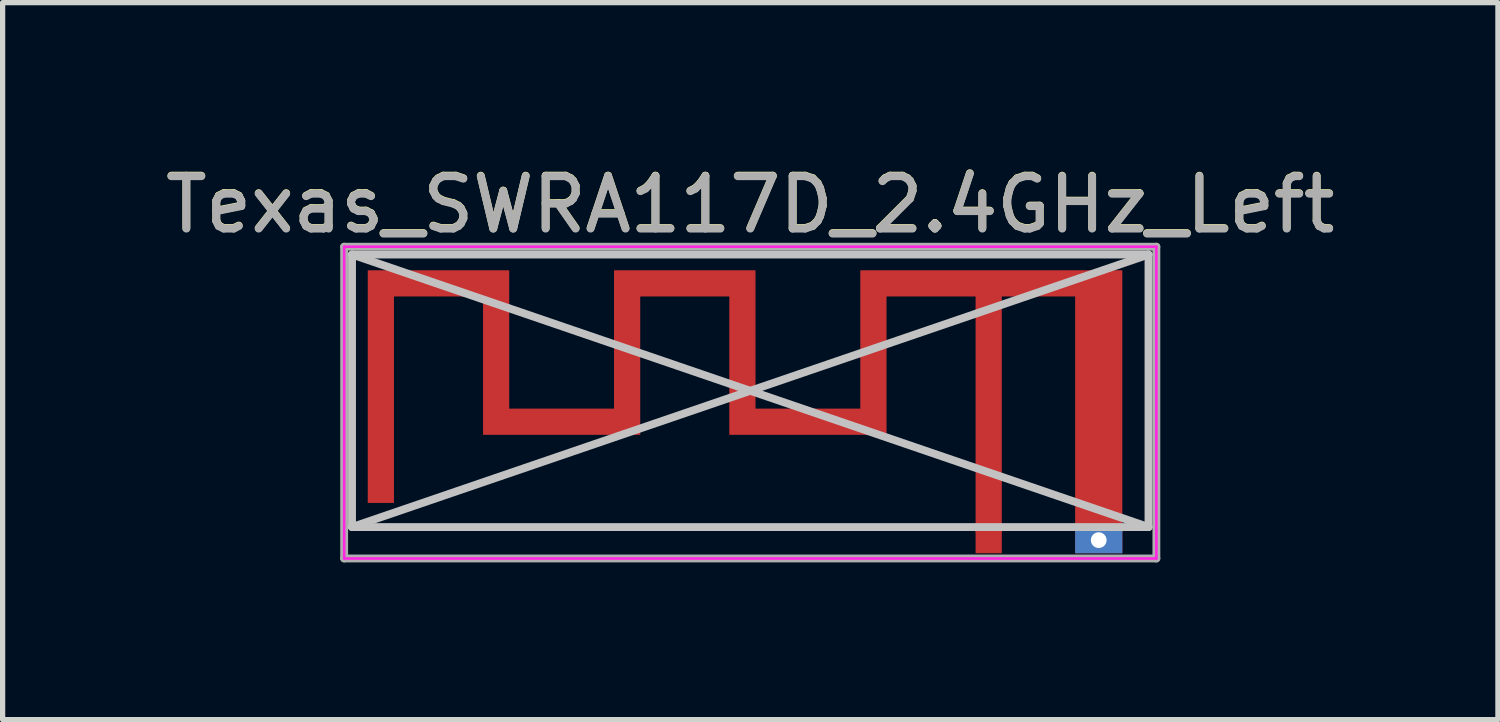
<source format=kicad_pcb>
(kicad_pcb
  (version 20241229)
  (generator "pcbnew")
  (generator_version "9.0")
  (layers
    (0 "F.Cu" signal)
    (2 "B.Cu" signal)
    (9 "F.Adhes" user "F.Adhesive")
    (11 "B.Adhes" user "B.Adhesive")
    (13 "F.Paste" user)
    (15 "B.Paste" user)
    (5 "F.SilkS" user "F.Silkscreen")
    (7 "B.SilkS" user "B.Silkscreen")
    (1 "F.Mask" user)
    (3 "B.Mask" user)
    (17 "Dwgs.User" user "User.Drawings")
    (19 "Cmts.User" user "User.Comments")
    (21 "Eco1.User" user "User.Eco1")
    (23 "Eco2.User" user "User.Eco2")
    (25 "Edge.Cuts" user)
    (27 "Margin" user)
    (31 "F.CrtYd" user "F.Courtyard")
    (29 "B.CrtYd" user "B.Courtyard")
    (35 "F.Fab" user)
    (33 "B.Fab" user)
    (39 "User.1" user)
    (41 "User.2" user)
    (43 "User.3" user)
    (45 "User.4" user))
  (footprint "Texas_SWRA117D_2.4GHz_Left"
    (layer "F.Cu")
    (at 15.818 7.258)
    (property "Reference" "Texas_SWRA117D_2.4GHz_Left" (at -4.55 -6.41 180) (layer "F.SilkS") (effects (font (size 1 1) (thickness 0.15))))
    (attr exclude_from_pos_files)
    (fp_poly (pts (xy -2.45 -2.51) (xy -4.45 -2.51) (xy -4.45 -5.15) (xy -7.15 -5.15) (xy -7.15 -2.51) (xy -9.15 -2.51) (xy -9.15 -5.15) (xy -11.85 -5.15) (xy -11.85 -0.71) (xy -11.35 -0.71) (xy -11.35 -4.65) (xy -9.65 -4.65) (xy -9.65 -2.01) (xy -6.65 -2.01) (xy -6.65 -4.65) (xy -4.95 -4.65) (xy -4.95 -2.01) (xy -1.95 -2.01) (xy -1.95 -4.65) (xy -0.25 -4.65) (xy -0.25 -0.15) (xy 0.25 -0.15) (xy 0.25 -4.65) (xy 1.65 -4.65) (xy 1.65 -0.15) (xy 2.55 -0.15) (xy 2.55 0.007) (xy 2.248 0.007) (xy 2.238 0.054) (xy 2.214 0.097) (xy 2.176 0.13) (xy 2.168 0.134) (xy 2.125 0.146) (xy 2.077 0.145) (xy 2.031 0.132) (xy 2.013 0.122) (xy 1.979 0.087) (xy 1.958 0.041) (xy 1.952 -0.008) (xy 1.96 -0.056) (xy 1.977 -0.089) (xy 2.012 -0.121) (xy 2.058 -0.141) (xy 2.107 -0.148) (xy 2.155 -0.14) (xy 2.188 -0.123) (xy 2.223 -0.086) (xy 2.243 -0.042) (xy 2.248 0.007) (xy 2.55 0.007) (xy 2.55 -5.15) (xy -2.45 -5.15) (xy -2.45 -2.51)) (stroke (width 0) (type solid)) (fill yes) (layer "F.Cu"))
    (fp_line (start -12.15 -0.25) (end -12.15 -5.45) (stroke (width 0.15) (type solid)) (layer "Dwgs.User"))
    (fp_line (start 3.05 -5.45) (end -12.15 -5.45) (stroke (width 0.15) (type solid)) (layer "Dwgs.User"))
    (fp_line (start 3.05 -5.45) (end -12.15 -0.25) (stroke (width 0.15) (type solid)) (layer "Dwgs.User"))
    (fp_line (start 3.05 -0.25) (end -12.15 -5.45) (stroke (width 0.15) (type solid)) (layer "Dwgs.User"))
    (fp_line (start 3.05 -0.25) (end -12.15 -0.25) (stroke (width 0.15) (type solid)) (layer "Dwgs.User"))
    (fp_line (start 3.05 -0.25) (end 3.05 -5.45) (stroke (width 0.15) (type solid)) (layer "Dwgs.User"))
    (fp_line (start -12.3 -5.6) (end -12.3 0.35) (stroke (width 0.05) (type solid)) (layer "F.CrtYd"))
    (fp_line (start -12.3 0.35) (end 3.2 0.35) (stroke (width 0.05) (type solid)) (layer "F.CrtYd"))
    (fp_line (start 3.2 -5.6) (end -12.3 -5.6) (stroke (width 0.05) (type solid)) (layer "F.CrtYd"))
    (fp_line (start 3.2 0.35) (end 3.2 -5.6) (stroke (width 0.05) (type solid)) (layer "F.CrtYd"))
    (fp_line (start -12.3 -5.6) (end -12.3 0.35) (stroke (width 0.15) (type solid)) (layer "F.Fab"))
    (fp_line (start -12.3 0.35) (end 3.2 0.35) (stroke (width 0.15) (type solid)) (layer "F.Fab"))
    (fp_line (start 3.2 -5.6) (end -12.3 -5.6) (stroke (width 0.15) (type solid)) (layer "F.Fab"))
    (fp_line (start 3.2 0.35) (end 3.2 -5.6) (stroke (width 0.15) (type solid)) (layer "F.Fab"))
    (fp_text user "${REFERENCE}" (at -4.55 -6.4 180) (layer "F.Fab") (effects (font (size 1 1) (thickness 0.15))))
    (pad "1" connect rect (at 0 0) (size 0.5 0.5) (layers "F.Cu"))
    (pad "2" thru_hole rect (at 2.1 0) (size 0.9 0.5) (drill 0.3) (layers "*.Cu")))
  (gr_rect
    (start -3 -3)
    (end 25.536 10.683)
    (stroke (width 0.1) (type default))
    (fill no)
    (layer "Edge.Cuts")))
</source>
